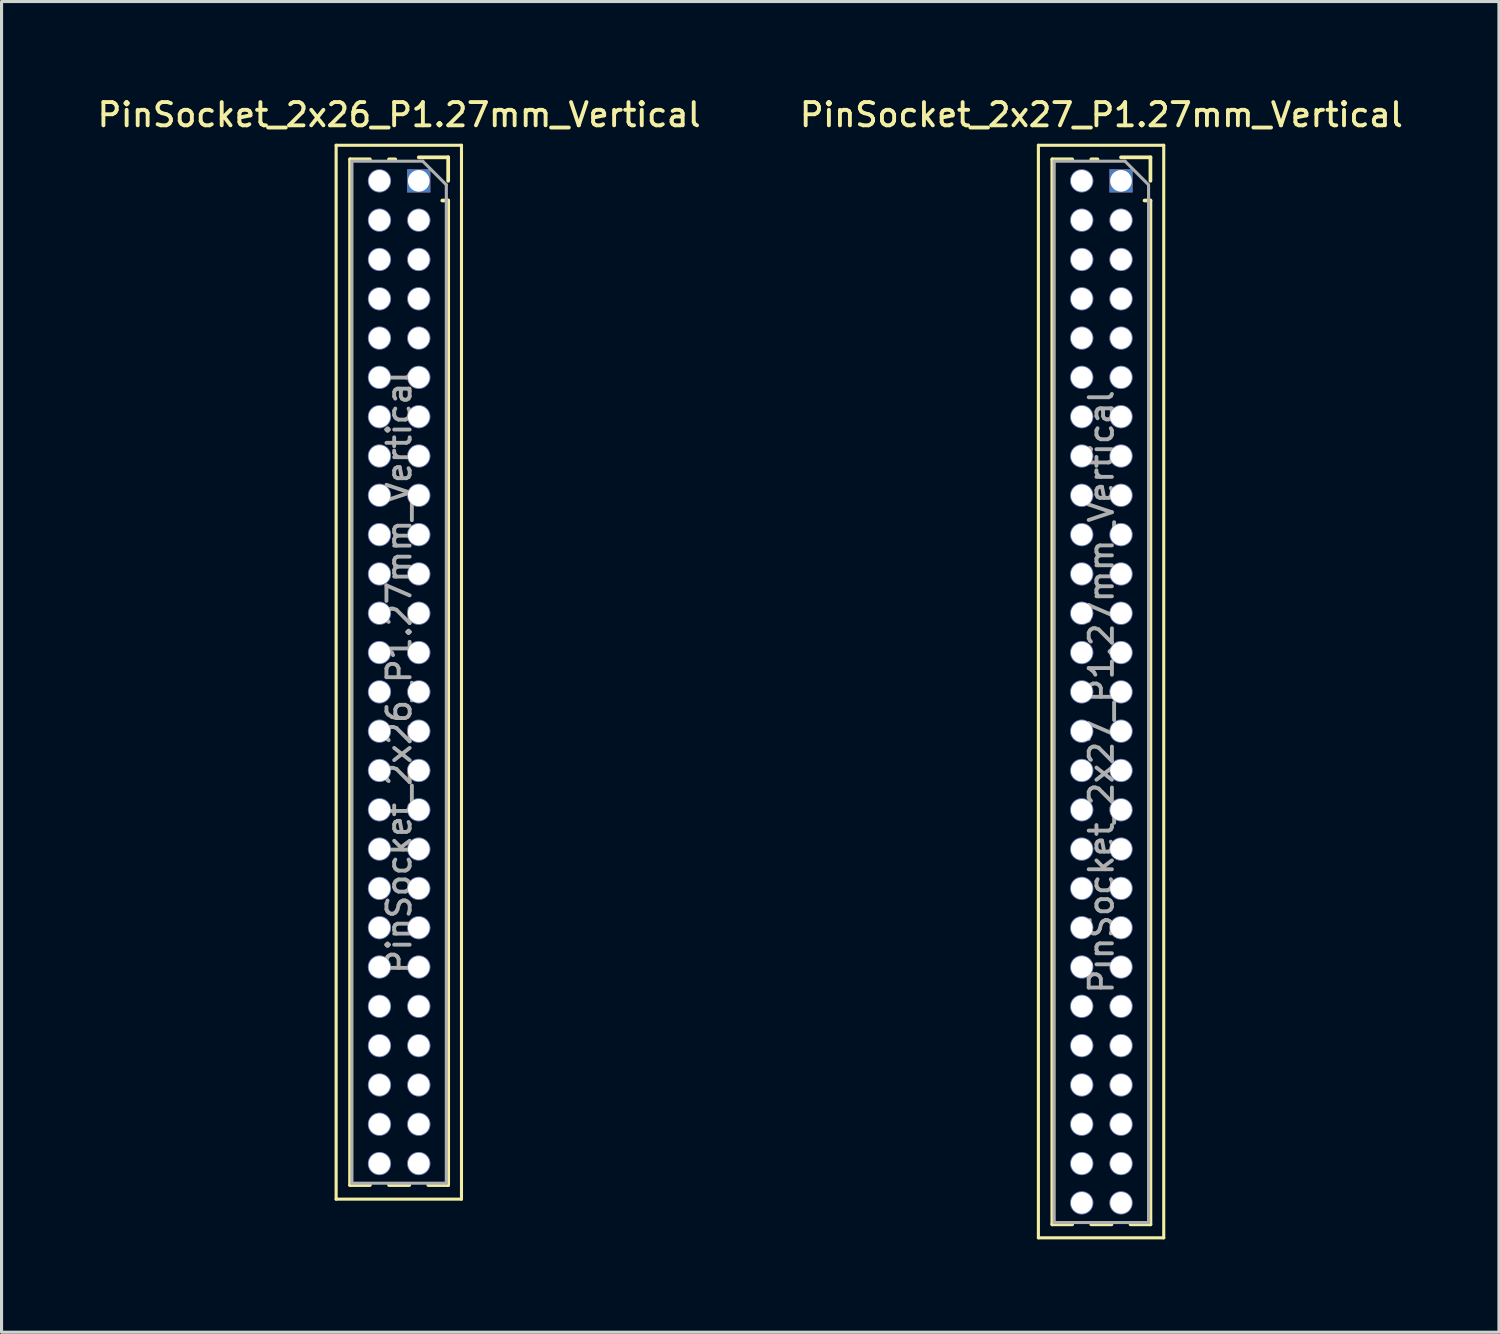
<source format=kicad_pcb>
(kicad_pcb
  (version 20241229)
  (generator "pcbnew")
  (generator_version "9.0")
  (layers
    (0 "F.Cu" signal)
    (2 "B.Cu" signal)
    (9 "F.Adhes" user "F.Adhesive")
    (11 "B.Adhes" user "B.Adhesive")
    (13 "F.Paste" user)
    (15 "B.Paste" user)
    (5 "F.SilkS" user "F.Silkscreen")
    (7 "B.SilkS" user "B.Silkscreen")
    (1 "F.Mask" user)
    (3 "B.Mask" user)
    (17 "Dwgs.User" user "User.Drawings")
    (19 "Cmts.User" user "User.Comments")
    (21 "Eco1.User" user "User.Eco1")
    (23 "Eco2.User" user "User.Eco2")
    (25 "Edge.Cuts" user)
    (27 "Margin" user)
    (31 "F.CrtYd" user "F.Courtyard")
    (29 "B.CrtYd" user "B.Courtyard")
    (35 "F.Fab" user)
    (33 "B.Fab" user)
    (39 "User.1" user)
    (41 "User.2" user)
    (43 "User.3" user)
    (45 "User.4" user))
  (footprint "PinSocket_2x27_P1.27mm_Vertical"
    (layer "F.Cu")
    (at 33.169 2.793)
    (property "Reference" "PinSocket_2x27_P1.27mm_Vertical" (at -0.635 -2.135 0) (layer "F.SilkS") (effects (font (size 0.75 0.75) (thickness 0.125))))
    (attr through_hole)
    (fp_line (start -2.67 -1.15) (end 1.38 -1.15) (stroke (width 0.1) (type solid)) (layer "F.SilkS"))
    (fp_line (start -2.67 34.15) (end -2.67 -1.15) (stroke (width 0.1) (type solid)) (layer "F.SilkS"))
    (fp_line (start -2.22 -0.695) (end -2.22 33.715) (stroke (width 0.12) (type solid)) (layer "F.SilkS"))
    (fp_line (start -2.22 -0.695) (end -1.578 -0.695) (stroke (width 0.12) (type solid)) (layer "F.SilkS"))
    (fp_line (start -2.22 33.715) (end -1.578 33.715) (stroke (width 0.12) (type solid)) (layer "F.SilkS"))
    (fp_line (start -0.962 -0.695) (end -0.76 -0.695) (stroke (width 0.12) (type solid)) (layer "F.SilkS"))
    (fp_line (start -0.962 33.715) (end -0.308 33.715) (stroke (width 0.12) (type solid)) (layer "F.SilkS"))
    (fp_line (start 0 -0.76) (end 0.95 -0.76) (stroke (width 0.12) (type solid)) (layer "F.SilkS"))
    (fp_line (start 0.308 33.715) (end 0.95 33.715) (stroke (width 0.12) (type solid)) (layer "F.SilkS"))
    (fp_line (start 0.76 0.635) (end 0.95 0.635) (stroke (width 0.12) (type solid)) (layer "F.SilkS"))
    (fp_line (start 0.95 -0.76) (end 0.95 0) (stroke (width 0.12) (type solid)) (layer "F.SilkS"))
    (fp_line (start 0.95 0.635) (end 0.95 33.715) (stroke (width 0.12) (type solid)) (layer "F.SilkS"))
    (fp_line (start 1.38 -1.15) (end 1.38 34.15) (stroke (width 0.1) (type solid)) (layer "F.SilkS"))
    (fp_line (start 1.38 34.15) (end -2.67 34.15) (stroke (width 0.1) (type solid)) (layer "F.SilkS"))
    (fp_line (start -2.16 -0.635) (end 0.128 -0.635) (stroke (width 0.1) (type solid)) (layer "F.Fab"))
    (fp_line (start -2.16 33.655) (end -2.16 -0.635) (stroke (width 0.1) (type solid)) (layer "F.Fab"))
    (fp_line (start 0.128 -0.635) (end 0.89 0.128) (stroke (width 0.1) (type solid)) (layer "F.Fab"))
    (fp_line (start 0.89 0.128) (end 0.89 33.655) (stroke (width 0.1) (type solid)) (layer "F.Fab"))
    (fp_line (start 0.89 33.655) (end -2.16 33.655) (stroke (width 0.1) (type solid)) (layer "F.Fab"))
    (fp_text user "${REFERENCE}" (at -0.635 16.51 90) (layer "F.Fab") (effects (font (size 0.75 0.75) (thickness 0.125))))
    (pad "1" thru_hole rect (at 0 0) (size 0.75 0.75) (drill 0.7) (layers "*.Cu" "*.Mask"))
    (pad "2" thru_hole oval (at -1.27 0) (size 0.75 0.75) (drill 0.7) (layers "*.Cu" "*.Mask"))
    (pad "3" thru_hole oval (at 0 1.27) (size 0.75 0.75) (drill 0.7) (layers "*.Cu" "*.Mask"))
    (pad "4" thru_hole oval (at -1.27 1.27) (size 0.75 0.75) (drill 0.7) (layers "*.Cu" "*.Mask"))
    (pad "5" thru_hole oval (at 0 2.54) (size 0.75 0.75) (drill 0.7) (layers "*.Cu" "*.Mask"))
    (pad "6" thru_hole oval (at -1.27 2.54) (size 0.75 0.75) (drill 0.7) (layers "*.Cu" "*.Mask"))
    (pad "7" thru_hole oval (at 0 3.81) (size 0.75 0.75) (drill 0.7) (layers "*.Cu" "*.Mask"))
    (pad "8" thru_hole oval (at -1.27 3.81) (size 0.75 0.75) (drill 0.7) (layers "*.Cu" "*.Mask"))
    (pad "9" thru_hole oval (at 0 5.08) (size 0.75 0.75) (drill 0.7) (layers "*.Cu" "*.Mask"))
    (pad "10" thru_hole oval (at -1.27 5.08) (size 0.75 0.75) (drill 0.7) (layers "*.Cu" "*.Mask"))
    (pad "11" thru_hole oval (at 0 6.35) (size 0.75 0.75) (drill 0.7) (layers "*.Cu" "*.Mask"))
    (pad "12" thru_hole oval (at -1.27 6.35) (size 0.75 0.75) (drill 0.7) (layers "*.Cu" "*.Mask"))
    (pad "13" thru_hole oval (at 0 7.62) (size 0.75 0.75) (drill 0.7) (layers "*.Cu" "*.Mask"))
    (pad "14" thru_hole oval (at -1.27 7.62) (size 0.75 0.75) (drill 0.7) (layers "*.Cu" "*.Mask"))
    (pad "15" thru_hole oval (at 0 8.89) (size 0.75 0.75) (drill 0.7) (layers "*.Cu" "*.Mask"))
    (pad "16" thru_hole oval (at -1.27 8.89) (size 0.75 0.75) (drill 0.7) (layers "*.Cu" "*.Mask"))
    (pad "17" thru_hole oval (at 0 10.16) (size 0.75 0.75) (drill 0.7) (layers "*.Cu" "*.Mask"))
    (pad "18" thru_hole oval (at -1.27 10.16) (size 0.75 0.75) (drill 0.7) (layers "*.Cu" "*.Mask"))
    (pad "19" thru_hole oval (at 0 11.43) (size 0.75 0.75) (drill 0.7) (layers "*.Cu" "*.Mask"))
    (pad "20" thru_hole oval (at -1.27 11.43) (size 0.75 0.75) (drill 0.7) (layers "*.Cu" "*.Mask"))
    (pad "21" thru_hole oval (at 0 12.7) (size 0.75 0.75) (drill 0.7) (layers "*.Cu" "*.Mask"))
    (pad "22" thru_hole oval (at -1.27 12.7) (size 0.75 0.75) (drill 0.7) (layers "*.Cu" "*.Mask"))
    (pad "23" thru_hole oval (at 0 13.97) (size 0.75 0.75) (drill 0.7) (layers "*.Cu" "*.Mask"))
    (pad "24" thru_hole oval (at -1.27 13.97) (size 0.75 0.75) (drill 0.7) (layers "*.Cu" "*.Mask"))
    (pad "25" thru_hole oval (at 0 15.24) (size 0.75 0.75) (drill 0.7) (layers "*.Cu" "*.Mask"))
    (pad "26" thru_hole oval (at -1.27 15.24) (size 0.75 0.75) (drill 0.7) (layers "*.Cu" "*.Mask"))
    (pad "27" thru_hole oval (at 0 16.51) (size 0.75 0.75) (drill 0.7) (layers "*.Cu" "*.Mask"))
    (pad "28" thru_hole oval (at -1.27 16.51) (size 0.75 0.75) (drill 0.7) (layers "*.Cu" "*.Mask"))
    (pad "29" thru_hole oval (at 0 17.78) (size 0.75 0.75) (drill 0.7) (layers "*.Cu" "*.Mask"))
    (pad "30" thru_hole oval (at -1.27 17.78) (size 0.75 0.75) (drill 0.7) (layers "*.Cu" "*.Mask"))
    (pad "31" thru_hole oval (at 0 19.05) (size 0.75 0.75) (drill 0.7) (layers "*.Cu" "*.Mask"))
    (pad "32" thru_hole oval (at -1.27 19.05) (size 0.75 0.75) (drill 0.7) (layers "*.Cu" "*.Mask"))
    (pad "33" thru_hole oval (at 0 20.32) (size 0.75 0.75) (drill 0.7) (layers "*.Cu" "*.Mask"))
    (pad "34" thru_hole oval (at -1.27 20.32) (size 0.75 0.75) (drill 0.7) (layers "*.Cu" "*.Mask"))
    (pad "35" thru_hole oval (at 0 21.59) (size 0.75 0.75) (drill 0.7) (layers "*.Cu" "*.Mask"))
    (pad "36" thru_hole oval (at -1.27 21.59) (size 0.75 0.75) (drill 0.7) (layers "*.Cu" "*.Mask"))
    (pad "37" thru_hole oval (at 0 22.86) (size 0.75 0.75) (drill 0.7) (layers "*.Cu" "*.Mask"))
    (pad "38" thru_hole oval (at -1.27 22.86) (size 0.75 0.75) (drill 0.7) (layers "*.Cu" "*.Mask"))
    (pad "39" thru_hole oval (at 0 24.13) (size 0.75 0.75) (drill 0.7) (layers "*.Cu" "*.Mask"))
    (pad "40" thru_hole oval (at -1.27 24.13) (size 0.75 0.75) (drill 0.7) (layers "*.Cu" "*.Mask"))
    (pad "41" thru_hole oval (at 0 25.4) (size 0.75 0.75) (drill 0.7) (layers "*.Cu" "*.Mask"))
    (pad "42" thru_hole oval (at -1.27 25.4) (size 0.75 0.75) (drill 0.7) (layers "*.Cu" "*.Mask"))
    (pad "43" thru_hole oval (at 0 26.67) (size 0.75 0.75) (drill 0.7) (layers "*.Cu" "*.Mask"))
    (pad "44" thru_hole oval (at -1.27 26.67) (size 0.75 0.75) (drill 0.7) (layers "*.Cu" "*.Mask"))
    (pad "45" thru_hole oval (at 0 27.94) (size 0.75 0.75) (drill 0.7) (layers "*.Cu" "*.Mask"))
    (pad "46" thru_hole oval (at -1.27 27.94) (size 0.75 0.75) (drill 0.7) (layers "*.Cu" "*.Mask"))
    (pad "47" thru_hole oval (at 0 29.21) (size 0.75 0.75) (drill 0.7) (layers "*.Cu" "*.Mask"))
    (pad "48" thru_hole oval (at -1.27 29.21) (size 0.75 0.75) (drill 0.7) (layers "*.Cu" "*.Mask"))
    (pad "49" thru_hole oval (at 0 30.48) (size 0.75 0.75) (drill 0.7) (layers "*.Cu" "*.Mask"))
    (pad "50" thru_hole oval (at -1.27 30.48) (size 0.75 0.75) (drill 0.7) (layers "*.Cu" "*.Mask"))
    (pad "51" thru_hole oval (at 0 31.75) (size 0.75 0.75) (drill 0.7) (layers "*.Cu" "*.Mask"))
    (pad "52" thru_hole oval (at -1.27 31.75) (size 0.75 0.75) (drill 0.7) (layers "*.Cu" "*.Mask"))
    (pad "53" thru_hole oval (at 0 33.02) (size 0.75 0.75) (drill 0.7) (layers "*.Cu" "*.Mask"))
    (pad "54" thru_hole oval (at -1.27 33.02) (size 0.75 0.75) (drill 0.7) (layers "*.Cu" "*.Mask")))
  (footprint "PinSocket_2x26_P1.27mm_Vertical"
    (layer "F.Cu")
    (at 10.48 2.793)
    (property "Reference" "PinSocket_2x26_P1.27mm_Vertical" (at -0.635 -2.135 0) (layer "F.SilkS") (effects (font (size 0.75 0.75) (thickness 0.125))))
    (attr through_hole)
    (fp_line (start -2.67 -1.15) (end 1.38 -1.15) (stroke (width 0.1) (type solid)) (layer "F.SilkS"))
    (fp_line (start -2.67 32.9) (end -2.67 -1.15) (stroke (width 0.1) (type solid)) (layer "F.SilkS"))
    (fp_line (start -2.22 -0.695) (end -2.22 32.445) (stroke (width 0.12) (type solid)) (layer "F.SilkS"))
    (fp_line (start -2.22 -0.695) (end -1.578 -0.695) (stroke (width 0.12) (type solid)) (layer "F.SilkS"))
    (fp_line (start -2.22 32.445) (end -1.578 32.445) (stroke (width 0.12) (type solid)) (layer "F.SilkS"))
    (fp_line (start -0.962 -0.695) (end -0.76 -0.695) (stroke (width 0.12) (type solid)) (layer "F.SilkS"))
    (fp_line (start -0.962 32.445) (end -0.308 32.445) (stroke (width 0.12) (type solid)) (layer "F.SilkS"))
    (fp_line (start 0 -0.76) (end 0.95 -0.76) (stroke (width 0.12) (type solid)) (layer "F.SilkS"))
    (fp_line (start 0.308 32.445) (end 0.95 32.445) (stroke (width 0.12) (type solid)) (layer "F.SilkS"))
    (fp_line (start 0.76 0.635) (end 0.95 0.635) (stroke (width 0.12) (type solid)) (layer "F.SilkS"))
    (fp_line (start 0.95 -0.76) (end 0.95 0) (stroke (width 0.12) (type solid)) (layer "F.SilkS"))
    (fp_line (start 0.95 0.635) (end 0.95 32.445) (stroke (width 0.12) (type solid)) (layer "F.SilkS"))
    (fp_line (start 1.38 -1.15) (end 1.38 32.9) (stroke (width 0.1) (type solid)) (layer "F.SilkS"))
    (fp_line (start 1.38 32.9) (end -2.67 32.9) (stroke (width 0.1) (type solid)) (layer "F.SilkS"))
    (fp_line (start -2.16 -0.635) (end 0.128 -0.635) (stroke (width 0.1) (type solid)) (layer "F.Fab"))
    (fp_line (start -2.16 32.385) (end -2.16 -0.635) (stroke (width 0.1) (type solid)) (layer "F.Fab"))
    (fp_line (start 0.128 -0.635) (end 0.89 0.128) (stroke (width 0.1) (type solid)) (layer "F.Fab"))
    (fp_line (start 0.89 0.128) (end 0.89 32.385) (stroke (width 0.1) (type solid)) (layer "F.Fab"))
    (fp_line (start 0.89 32.385) (end -2.16 32.385) (stroke (width 0.1) (type solid)) (layer "F.Fab"))
    (fp_text user "${REFERENCE}" (at -0.635 15.875 90) (layer "F.Fab") (effects (font (size 0.75 0.75) (thickness 0.125))))
    (pad "1" thru_hole rect (at 0 0) (size 0.75 0.75) (drill 0.7) (layers "*.Cu" "*.Mask"))
    (pad "2" thru_hole oval (at -1.27 0) (size 0.75 0.75) (drill 0.7) (layers "*.Cu" "*.Mask"))
    (pad "3" thru_hole oval (at 0 1.27) (size 0.75 0.75) (drill 0.7) (layers "*.Cu" "*.Mask"))
    (pad "4" thru_hole oval (at -1.27 1.27) (size 0.75 0.75) (drill 0.7) (layers "*.Cu" "*.Mask"))
    (pad "5" thru_hole oval (at 0 2.54) (size 0.75 0.75) (drill 0.7) (layers "*.Cu" "*.Mask"))
    (pad "6" thru_hole oval (at -1.27 2.54) (size 0.75 0.75) (drill 0.7) (layers "*.Cu" "*.Mask"))
    (pad "7" thru_hole oval (at 0 3.81) (size 0.75 0.75) (drill 0.7) (layers "*.Cu" "*.Mask"))
    (pad "8" thru_hole oval (at -1.27 3.81) (size 0.75 0.75) (drill 0.7) (layers "*.Cu" "*.Mask"))
    (pad "9" thru_hole oval (at 0 5.08) (size 0.75 0.75) (drill 0.7) (layers "*.Cu" "*.Mask"))
    (pad "10" thru_hole oval (at -1.27 5.08) (size 0.75 0.75) (drill 0.7) (layers "*.Cu" "*.Mask"))
    (pad "11" thru_hole oval (at 0 6.35) (size 0.75 0.75) (drill 0.7) (layers "*.Cu" "*.Mask"))
    (pad "12" thru_hole oval (at -1.27 6.35) (size 0.75 0.75) (drill 0.7) (layers "*.Cu" "*.Mask"))
    (pad "13" thru_hole oval (at 0 7.62) (size 0.75 0.75) (drill 0.7) (layers "*.Cu" "*.Mask"))
    (pad "14" thru_hole oval (at -1.27 7.62) (size 0.75 0.75) (drill 0.7) (layers "*.Cu" "*.Mask"))
    (pad "15" thru_hole oval (at 0 8.89) (size 0.75 0.75) (drill 0.7) (layers "*.Cu" "*.Mask"))
    (pad "16" thru_hole oval (at -1.27 8.89) (size 0.75 0.75) (drill 0.7) (layers "*.Cu" "*.Mask"))
    (pad "17" thru_hole oval (at 0 10.16) (size 0.75 0.75) (drill 0.7) (layers "*.Cu" "*.Mask"))
    (pad "18" thru_hole oval (at -1.27 10.16) (size 0.75 0.75) (drill 0.7) (layers "*.Cu" "*.Mask"))
    (pad "19" thru_hole oval (at 0 11.43) (size 0.75 0.75) (drill 0.7) (layers "*.Cu" "*.Mask"))
    (pad "20" thru_hole oval (at -1.27 11.43) (size 0.75 0.75) (drill 0.7) (layers "*.Cu" "*.Mask"))
    (pad "21" thru_hole oval (at 0 12.7) (size 0.75 0.75) (drill 0.7) (layers "*.Cu" "*.Mask"))
    (pad "22" thru_hole oval (at -1.27 12.7) (size 0.75 0.75) (drill 0.7) (layers "*.Cu" "*.Mask"))
    (pad "23" thru_hole oval (at 0 13.97) (size 0.75 0.75) (drill 0.7) (layers "*.Cu" "*.Mask"))
    (pad "24" thru_hole oval (at -1.27 13.97) (size 0.75 0.75) (drill 0.7) (layers "*.Cu" "*.Mask"))
    (pad "25" thru_hole oval (at 0 15.24) (size 0.75 0.75) (drill 0.7) (layers "*.Cu" "*.Mask"))
    (pad "26" thru_hole oval (at -1.27 15.24) (size 0.75 0.75) (drill 0.7) (layers "*.Cu" "*.Mask"))
    (pad "27" thru_hole oval (at 0 16.51) (size 0.75 0.75) (drill 0.7) (layers "*.Cu" "*.Mask"))
    (pad "28" thru_hole oval (at -1.27 16.51) (size 0.75 0.75) (drill 0.7) (layers "*.Cu" "*.Mask"))
    (pad "29" thru_hole oval (at 0 17.78) (size 0.75 0.75) (drill 0.7) (layers "*.Cu" "*.Mask"))
    (pad "30" thru_hole oval (at -1.27 17.78) (size 0.75 0.75) (drill 0.7) (layers "*.Cu" "*.Mask"))
    (pad "31" thru_hole oval (at 0 19.05) (size 0.75 0.75) (drill 0.7) (layers "*.Cu" "*.Mask"))
    (pad "32" thru_hole oval (at -1.27 19.05) (size 0.75 0.75) (drill 0.7) (layers "*.Cu" "*.Mask"))
    (pad "33" thru_hole oval (at 0 20.32) (size 0.75 0.75) (drill 0.7) (layers "*.Cu" "*.Mask"))
    (pad "34" thru_hole oval (at -1.27 20.32) (size 0.75 0.75) (drill 0.7) (layers "*.Cu" "*.Mask"))
    (pad "35" thru_hole oval (at 0 21.59) (size 0.75 0.75) (drill 0.7) (layers "*.Cu" "*.Mask"))
    (pad "36" thru_hole oval (at -1.27 21.59) (size 0.75 0.75) (drill 0.7) (layers "*.Cu" "*.Mask"))
    (pad "37" thru_hole oval (at 0 22.86) (size 0.75 0.75) (drill 0.7) (layers "*.Cu" "*.Mask"))
    (pad "38" thru_hole oval (at -1.27 22.86) (size 0.75 0.75) (drill 0.7) (layers "*.Cu" "*.Mask"))
    (pad "39" thru_hole oval (at 0 24.13) (size 0.75 0.75) (drill 0.7) (layers "*.Cu" "*.Mask"))
    (pad "40" thru_hole oval (at -1.27 24.13) (size 0.75 0.75) (drill 0.7) (layers "*.Cu" "*.Mask"))
    (pad "41" thru_hole oval (at 0 25.4) (size 0.75 0.75) (drill 0.7) (layers "*.Cu" "*.Mask"))
    (pad "42" thru_hole oval (at -1.27 25.4) (size 0.75 0.75) (drill 0.7) (layers "*.Cu" "*.Mask"))
    (pad "43" thru_hole oval (at 0 26.67) (size 0.75 0.75) (drill 0.7) (layers "*.Cu" "*.Mask"))
    (pad "44" thru_hole oval (at -1.27 26.67) (size 0.75 0.75) (drill 0.7) (layers "*.Cu" "*.Mask"))
    (pad "45" thru_hole oval (at 0 27.94) (size 0.75 0.75) (drill 0.7) (layers "*.Cu" "*.Mask"))
    (pad "46" thru_hole oval (at -1.27 27.94) (size 0.75 0.75) (drill 0.7) (layers "*.Cu" "*.Mask"))
    (pad "47" thru_hole oval (at 0 29.21) (size 0.75 0.75) (drill 0.7) (layers "*.Cu" "*.Mask"))
    (pad "48" thru_hole oval (at -1.27 29.21) (size 0.75 0.75) (drill 0.7) (layers "*.Cu" "*.Mask"))
    (pad "49" thru_hole oval (at 0 30.48) (size 0.75 0.75) (drill 0.7) (layers "*.Cu" "*.Mask"))
    (pad "50" thru_hole oval (at -1.27 30.48) (size 0.75 0.75) (drill 0.7) (layers "*.Cu" "*.Mask"))
    (pad "51" thru_hole oval (at 0 31.75) (size 0.75 0.75) (drill 0.7) (layers "*.Cu" "*.Mask"))
    (pad "52" thru_hole oval (at -1.27 31.75) (size 0.75 0.75) (drill 0.7) (layers "*.Cu" "*.Mask")))
  (gr_rect
    (start -3 -3)
    (end 45.379 39.993)
    (stroke (width 0.1) (type default))
    (fill no)
    (layer "Edge.Cuts")))
</source>
